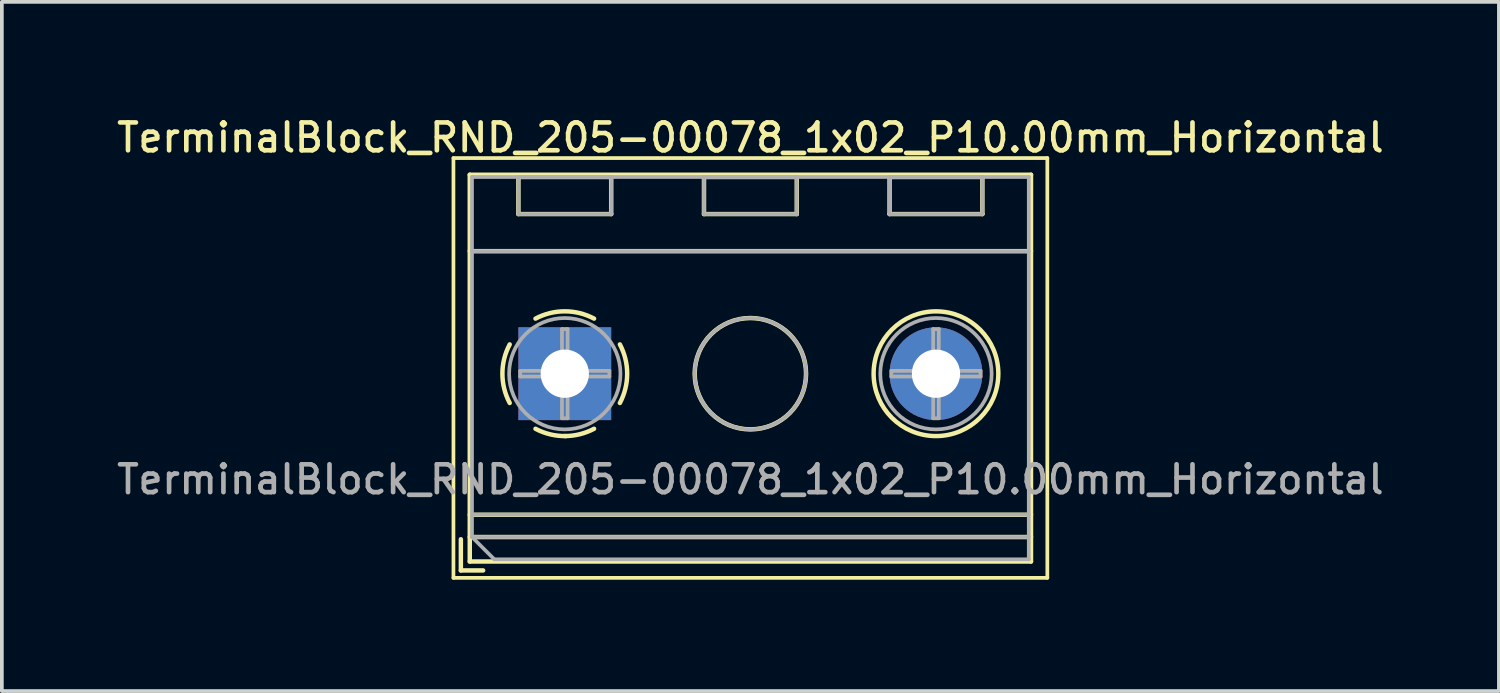
<source format=kicad_pcb>
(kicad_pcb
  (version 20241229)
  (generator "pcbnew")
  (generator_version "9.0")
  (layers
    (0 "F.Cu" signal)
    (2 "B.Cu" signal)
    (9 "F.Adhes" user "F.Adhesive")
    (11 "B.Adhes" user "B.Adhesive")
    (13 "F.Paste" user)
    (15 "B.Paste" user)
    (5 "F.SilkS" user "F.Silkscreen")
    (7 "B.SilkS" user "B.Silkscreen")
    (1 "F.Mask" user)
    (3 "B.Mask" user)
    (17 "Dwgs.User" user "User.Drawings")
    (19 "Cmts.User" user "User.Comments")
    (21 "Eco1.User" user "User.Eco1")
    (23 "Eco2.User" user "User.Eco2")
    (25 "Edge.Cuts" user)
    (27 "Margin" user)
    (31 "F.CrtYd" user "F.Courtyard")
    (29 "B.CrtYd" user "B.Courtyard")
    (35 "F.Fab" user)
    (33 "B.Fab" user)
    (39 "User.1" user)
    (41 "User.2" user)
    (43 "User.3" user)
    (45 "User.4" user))
  (footprint "TerminalBlock_RND_205-00078_1x02_P10.00mm_Horizontal"
    (layer "F.Cu")
    (at 12.166 7.018)
    (property "Reference" "TerminalBlock_RND_205-00078_1x02_P10.00mm_Horizontal" (at 5 -6.36 0) (layer "F.SilkS") (effects (font (size 0.75 0.75) (thickness 0.125))))
    (attr through_hole)
    (fp_line (start -3 -5.81) (end -3 5.5) (stroke (width 0.1) (type solid)) (layer "F.SilkS"))
    (fp_line (start -3 5.5) (end 13 5.5) (stroke (width 0.1) (type solid)) (layer "F.SilkS"))
    (fp_line (start -2.8 4.46) (end -2.8 5.3) (stroke (width 0.12) (type solid)) (layer "F.SilkS"))
    (fp_line (start -2.8 5.3) (end -2.2 5.3) (stroke (width 0.12) (type solid)) (layer "F.SilkS"))
    (fp_line (start -2.56 -5.36) (end -2.56 5.06) (stroke (width 0.12) (type solid)) (layer "F.SilkS"))
    (fp_line (start -2.56 -5.36) (end 12.56 -5.36) (stroke (width 0.12) (type solid)) (layer "F.SilkS"))
    (fp_line (start -2.56 -3.301) (end 12.56 -3.301) (stroke (width 0.12) (type solid)) (layer "F.SilkS"))
    (fp_line (start -2.56 3.8) (end 12.56 3.8) (stroke (width 0.12) (type solid)) (layer "F.SilkS"))
    (fp_line (start -2.56 4.4) (end 12.56 4.4) (stroke (width 0.12) (type solid)) (layer "F.SilkS"))
    (fp_line (start -2.56 5.06) (end 12.56 5.06) (stroke (width 0.12) (type solid)) (layer "F.SilkS"))
    (fp_line (start -1.25 -5.301) (end -1.25 -4.301) (stroke (width 0.12) (type solid)) (layer "F.SilkS"))
    (fp_line (start -1.25 -5.301) (end 1.25 -5.301) (stroke (width 0.12) (type solid)) (layer "F.SilkS"))
    (fp_line (start -1.25 -4.301) (end 1.25 -4.301) (stroke (width 0.12) (type solid)) (layer "F.SilkS"))
    (fp_line (start 1.25 -5.301) (end 1.25 -4.301) (stroke (width 0.12) (type solid)) (layer "F.SilkS"))
    (fp_line (start 3.75 -5.301) (end 3.75 -4.301) (stroke (width 0.12) (type solid)) (layer "F.SilkS"))
    (fp_line (start 3.75 -5.301) (end 6.25 -5.301) (stroke (width 0.12) (type solid)) (layer "F.SilkS"))
    (fp_line (start 3.75 -4.301) (end 6.25 -4.301) (stroke (width 0.12) (type solid)) (layer "F.SilkS"))
    (fp_line (start 6.25 -5.301) (end 6.25 -4.301) (stroke (width 0.12) (type solid)) (layer "F.SilkS"))
    (fp_line (start 8.75 -5.301) (end 8.75 -4.301) (stroke (width 0.12) (type solid)) (layer "F.SilkS"))
    (fp_line (start 8.75 -5.301) (end 11.25 -5.301) (stroke (width 0.12) (type solid)) (layer "F.SilkS"))
    (fp_line (start 8.75 -4.301) (end 11.25 -4.301) (stroke (width 0.12) (type solid)) (layer "F.SilkS"))
    (fp_line (start 11.25 -5.301) (end 11.25 -4.301) (stroke (width 0.12) (type solid)) (layer "F.SilkS"))
    (fp_line (start 12.56 -5.36) (end 12.56 5.06) (stroke (width 0.12) (type solid)) (layer "F.SilkS"))
    (fp_line (start 13 -5.81) (end -3 -5.81) (stroke (width 0.1) (type solid)) (layer "F.SilkS"))
    (fp_line (start 13 5.5) (end 13 -5.81) (stroke (width 0.1) (type solid)) (layer "F.SilkS"))
    (fp_arc (start -1.483953 0.789089) (mid -1.680708 0.00005) (end -1.484 -0.789) (stroke (width 0.12) (type solid)) (layer "F.SilkS"))
    (fp_arc (start -0.789089 -1.483953) (mid -0.00005 -1.680708) (end 0.789 -1.484) (stroke (width 0.12) (type solid)) (layer "F.SilkS"))
    (fp_arc (start 0.029383 1.68045) (mid -0.392304 1.634281) (end -0.789 1.484) (stroke (width 0.12) (type solid)) (layer "F.SilkS"))
    (fp_arc (start 0.788712 1.483352) (mid 0.406429 1.630097) (end 0 1.68) (stroke (width 0.12) (type solid)) (layer "F.SilkS"))
    (fp_arc (start 1.483953 -0.789089) (mid 1.680708 -0.00005) (end 1.484 0.789) (stroke (width 0.12) (type solid)) (layer "F.SilkS"))
    (fp_circle (center 5 0) (end 6.5 0) (stroke (width 0.12) (type solid)) (fill no) (layer "F.SilkS"))
    (fp_circle (center 10 0) (end 11.68 0) (stroke (width 0.12) (type solid)) (fill no) (layer "F.SilkS"))
    (fp_line (start -2.5 -5.3) (end 12.5 -5.3) (stroke (width 0.1) (type solid)) (layer "F.Fab"))
    (fp_line (start -2.5 -3.3) (end 12.5 -3.3) (stroke (width 0.1) (type solid)) (layer "F.Fab"))
    (fp_line (start -2.5 3.8) (end 12.5 3.8) (stroke (width 0.1) (type solid)) (layer "F.Fab"))
    (fp_line (start -2.5 4.4) (end -2.5 -5.3) (stroke (width 0.1) (type solid)) (layer "F.Fab"))
    (fp_line (start -2.5 4.4) (end 12.5 4.4) (stroke (width 0.1) (type solid)) (layer "F.Fab"))
    (fp_line (start -1.9 5) (end -2.5 4.4) (stroke (width 0.1) (type solid)) (layer "F.Fab"))
    (fp_line (start -1.25 -5.3) (end -1.25 -4.3) (stroke (width 0.1) (type solid)) (layer "F.Fab"))
    (fp_line (start -1.25 -4.3) (end 1.25 -4.3) (stroke (width 0.1) (type solid)) (layer "F.Fab"))
    (fp_line (start -1.201 -0.076) (end -0.076 -0.076) (stroke (width 0.1) (type solid)) (layer "F.Fab"))
    (fp_line (start -1.201 0.076) (end -1.201 -0.076) (stroke (width 0.1) (type solid)) (layer "F.Fab"))
    (fp_line (start -0.076 -1.201) (end 0.076 -1.201) (stroke (width 0.1) (type solid)) (layer "F.Fab"))
    (fp_line (start -0.076 -0.076) (end -0.076 -1.201) (stroke (width 0.1) (type solid)) (layer "F.Fab"))
    (fp_line (start -0.076 0.076) (end -1.201 0.076) (stroke (width 0.1) (type solid)) (layer "F.Fab"))
    (fp_line (start -0.076 1.201) (end -0.076 0.076) (stroke (width 0.1) (type solid)) (layer "F.Fab"))
    (fp_line (start 0.076 -1.201) (end 0.076 -0.076) (stroke (width 0.1) (type solid)) (layer "F.Fab"))
    (fp_line (start 0.076 -0.076) (end 1.201 -0.076) (stroke (width 0.1) (type solid)) (layer "F.Fab"))
    (fp_line (start 0.076 0.076) (end 0.076 1.201) (stroke (width 0.1) (type solid)) (layer "F.Fab"))
    (fp_line (start 0.076 1.201) (end -0.076 1.201) (stroke (width 0.1) (type solid)) (layer "F.Fab"))
    (fp_line (start 1.201 -0.076) (end 1.201 0.076) (stroke (width 0.1) (type solid)) (layer "F.Fab"))
    (fp_line (start 1.201 0.076) (end 0.076 0.076) (stroke (width 0.1) (type solid)) (layer "F.Fab"))
    (fp_line (start 1.25 -5.3) (end -1.25 -5.3) (stroke (width 0.1) (type solid)) (layer "F.Fab"))
    (fp_line (start 1.25 -4.3) (end 1.25 -5.3) (stroke (width 0.1) (type solid)) (layer "F.Fab"))
    (fp_line (start 3.75 -5.3) (end 3.75 -4.3) (stroke (width 0.1) (type solid)) (layer "F.Fab"))
    (fp_line (start 3.75 -4.3) (end 6.25 -4.3) (stroke (width 0.1) (type solid)) (layer "F.Fab"))
    (fp_line (start 6.25 -5.3) (end 3.75 -5.3) (stroke (width 0.1) (type solid)) (layer "F.Fab"))
    (fp_line (start 6.25 -4.3) (end 6.25 -5.3) (stroke (width 0.1) (type solid)) (layer "F.Fab"))
    (fp_line (start 8.75 -5.3) (end 8.75 -4.3) (stroke (width 0.1) (type solid)) (layer "F.Fab"))
    (fp_line (start 8.75 -4.3) (end 11.25 -4.3) (stroke (width 0.1) (type solid)) (layer "F.Fab"))
    (fp_line (start 8.799 -0.076) (end 9.924 -0.076) (stroke (width 0.1) (type solid)) (layer "F.Fab"))
    (fp_line (start 8.799 0.076) (end 8.799 -0.076) (stroke (width 0.1) (type solid)) (layer "F.Fab"))
    (fp_line (start 9.924 -1.201) (end 10.076 -1.201) (stroke (width 0.1) (type solid)) (layer "F.Fab"))
    (fp_line (start 9.924 -0.076) (end 9.924 -1.201) (stroke (width 0.1) (type solid)) (layer "F.Fab"))
    (fp_line (start 9.924 0.076) (end 8.799 0.076) (stroke (width 0.1) (type solid)) (layer "F.Fab"))
    (fp_line (start 9.924 1.201) (end 9.924 0.076) (stroke (width 0.1) (type solid)) (layer "F.Fab"))
    (fp_line (start 10.076 -1.201) (end 10.076 -0.076) (stroke (width 0.1) (type solid)) (layer "F.Fab"))
    (fp_line (start 10.076 -0.076) (end 11.201 -0.076) (stroke (width 0.1) (type solid)) (layer "F.Fab"))
    (fp_line (start 10.076 0.076) (end 10.076 1.201) (stroke (width 0.1) (type solid)) (layer "F.Fab"))
    (fp_line (start 10.076 1.201) (end 9.924 1.201) (stroke (width 0.1) (type solid)) (layer "F.Fab"))
    (fp_line (start 11.201 -0.076) (end 11.201 0.076) (stroke (width 0.1) (type solid)) (layer "F.Fab"))
    (fp_line (start 11.201 0.076) (end 10.076 0.076) (stroke (width 0.1) (type solid)) (layer "F.Fab"))
    (fp_line (start 11.25 -5.3) (end 8.75 -5.3) (stroke (width 0.1) (type solid)) (layer "F.Fab"))
    (fp_line (start 11.25 -4.3) (end 11.25 -5.3) (stroke (width 0.1) (type solid)) (layer "F.Fab"))
    (fp_line (start 12.5 -5.3) (end 12.5 5) (stroke (width 0.1) (type solid)) (layer "F.Fab"))
    (fp_line (start 12.5 5) (end -1.9 5) (stroke (width 0.1) (type solid)) (layer "F.Fab"))
    (fp_circle (center 0 0) (end 1.5 0) (stroke (width 0.1) (type solid)) (fill no) (layer "F.Fab"))
    (fp_circle (center 5 0) (end 6.5 0) (stroke (width 0.1) (type solid)) (fill no) (layer "F.Fab"))
    (fp_circle (center 10 0) (end 11.5 0) (stroke (width 0.1) (type solid)) (fill no) (layer "F.Fab"))
    (fp_text user "${REFERENCE}" (at 5 2.85 0) (layer "F.Fab") (effects (font (size 0.75 0.75) (thickness 0.125))))
    (pad "1" thru_hole rect (at 0 0) (size 2.5 2.5) (drill 1.3) (layers "*.Cu" "*.Mask"))
    (pad "2" thru_hole circle (at 10 0) (size 2.5 2.5) (drill 1.3) (layers "*.Cu" "*.Mask")))
  (gr_rect
    (start -3 -3)
    (end 37.332 15.568)
    (stroke (width 0.1) (type default))
    (fill no)
    (layer "Edge.Cuts")))
</source>
